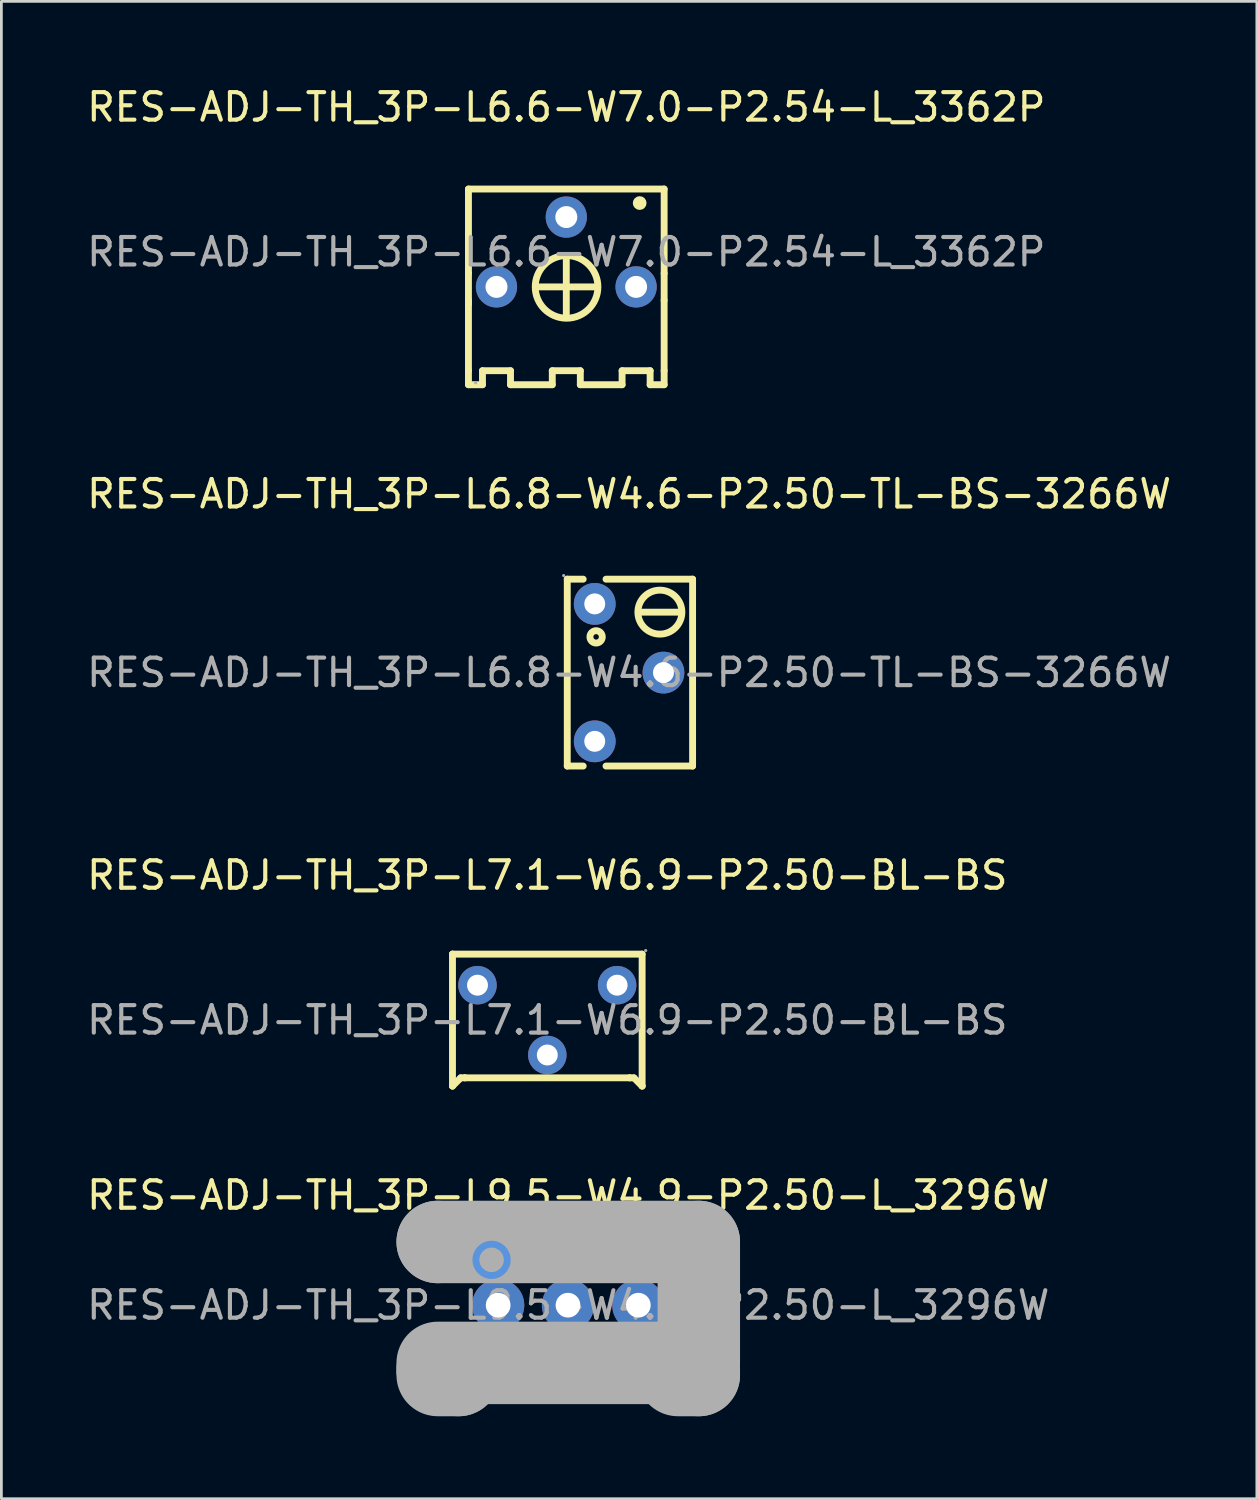
<source format=kicad_pcb>
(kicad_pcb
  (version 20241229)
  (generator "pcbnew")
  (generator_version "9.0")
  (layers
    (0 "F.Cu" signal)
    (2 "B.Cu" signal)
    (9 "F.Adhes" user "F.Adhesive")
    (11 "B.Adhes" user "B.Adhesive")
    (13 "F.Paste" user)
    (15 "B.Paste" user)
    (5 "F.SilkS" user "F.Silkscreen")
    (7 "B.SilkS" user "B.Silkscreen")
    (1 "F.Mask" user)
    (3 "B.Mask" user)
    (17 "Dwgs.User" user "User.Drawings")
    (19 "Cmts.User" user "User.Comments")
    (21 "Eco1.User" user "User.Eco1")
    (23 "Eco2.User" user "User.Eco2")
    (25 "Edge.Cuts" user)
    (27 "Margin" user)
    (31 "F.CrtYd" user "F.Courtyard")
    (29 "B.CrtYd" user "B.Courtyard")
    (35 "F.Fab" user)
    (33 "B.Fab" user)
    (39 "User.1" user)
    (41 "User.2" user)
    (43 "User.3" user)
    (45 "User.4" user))
  (footprint "RES-ADJ-TH_3P-L7.1-W6.9-P2.50-BL-BS"
    (layer "F.Cu")
    (at 16.863 34.065)
    (property "Reference" "RES-ADJ-TH_3P-L7.1-W6.9-P2.50-BL-BS" (at 0 -5.27 0) (layer "F.SilkS") (effects (font (size 1 1) (thickness 0.15))))
    (attr through_hole)
    (fp_line (start -3.45 -2.4) (end -3.45 -2.4) (stroke (width 0.25) (type solid)) (layer "F.SilkS"))
    (fp_line (start -3.45 -2.4) (end 3.45 -2.4) (stroke (width 0.25) (type solid)) (layer "F.SilkS"))
    (fp_line (start -3.45 2.4) (end -3.45 -2.4) (stroke (width 0.25) (type solid)) (layer "F.SilkS"))
    (fp_line (start -3.45 2.4) (end -3.45 2.4) (stroke (width 0.25) (type solid)) (layer "F.SilkS"))
    (fp_line (start -3.15 2.1) (end -3.45 2.4) (stroke (width 0.25) (type solid)) (layer "F.SilkS"))
    (fp_line (start -3 2.1) (end -3.15 2.1) (stroke (width 0.25) (type solid)) (layer "F.SilkS"))
    (fp_line (start -3 2.1) (end -3 2.1) (stroke (width 0.25) (type solid)) (layer "F.SilkS"))
    (fp_line (start 3 2.1) (end -3 2.1) (stroke (width 0.25) (type solid)) (layer "F.SilkS"))
    (fp_line (start 3 2.1) (end 3 2.1) (stroke (width 0.25) (type solid)) (layer "F.SilkS"))
    (fp_line (start 3.15 2.1) (end 3 2.1) (stroke (width 0.25) (type solid)) (layer "F.SilkS"))
    (fp_line (start 3.45 -2.4) (end 3.45 2.4) (stroke (width 0.25) (type solid)) (layer "F.SilkS"))
    (fp_line (start 3.45 2.4) (end 3.15 2.1) (stroke (width 0.25) (type solid)) (layer "F.SilkS"))
    (fp_line (start 3.45 2.4) (end 3.45 2.4) (stroke (width 0.25) (type solid)) (layer "F.SilkS"))
    (fp_circle (center -2.54 -1.27) (end -2.4 -1.27) (stroke (width 0.28) (type solid)) (fill no) (layer "F.Fab"))
    (fp_circle (center 0 1.27) (end 0.14 1.27) (stroke (width 0.28) (type solid)) (fill no) (layer "F.Fab"))
    (fp_circle (center 2.54 -1.27) (end 2.68 -1.27) (stroke (width 0.28) (type solid)) (fill no) (layer "F.Fab"))
    (fp_circle (center 3.58 -2.53) (end 3.61 -2.53) (stroke (width 0.06) (type solid)) (fill no) (layer "F.Fab"))
    (fp_text user "${REFERENCE}" (at 0 0 0) (layer "F.Fab") (effects (font (size 1 1) (thickness 0.15))))
    (pad "1" thru_hole circle (at 2.54 -1.27 180) (size 1.4 1.4) (drill 0.762) (layers "*.Cu" "*.Paste" "*.Mask"))
    (pad "2" thru_hole circle (at 0 1.27 180) (size 1.4 1.4) (drill 0.762) (layers "*.Cu" "*.Paste" "*.Mask"))
    (pad "3" thru_hole circle (at -2.54 -1.27 180) (size 1.4 1.4) (drill 0.762) (layers "*.Cu" "*.Paste" "*.Mask")))
  (footprint "RES-ADJ-TH_3P-L9.5-W4.9-P2.50-L_3296W"
    (layer "F.Cu")
    (at 17.625 44.438)
    (property "Reference" "RES-ADJ-TH_3P-L9.5-W4.9-P2.50-L_3296W" (at 0 -4 0) (layer "F.SilkS") (effects (font (size 1 1) (thickness 0.15))))
    (attr through_hole)
    (fp_line (start -2.8 -2.03) (end -2.8 -1.65) (stroke (width 0.25) (type solid)) (layer "F.SilkS"))
    (fp_line (start -2.8 -1.65) (end -2.8 -2.03) (stroke (width 0.25) (type solid)) (layer "F.SilkS"))
    (fp_line (start -2.8 -1.27) (end -2.8 -1.65) (stroke (width 0.25) (type solid)) (layer "F.SilkS"))
    (fp_arc (start -2.79 -2.19) (mid -2.805005 -1.109931) (end -2.799991 -2.190093) (stroke (width 0.25) (type solid)) (layer "F.SilkS"))
    (fp_circle (center -2.79 -1.65) (end -2.22 -1.65) (stroke (width 0.25) (type solid)) (fill no) (layer "Cmts.User"))
    (fp_line (start -4.75 -2.3) (end -4.75 -2.3) (stroke (width 3) (type solid)) (layer "F.Fab"))
    (fp_line (start -4.75 -2.3) (end 4.75 -2.3) (stroke (width 3) (type solid)) (layer "F.Fab"))
    (fp_line (start -4.75 2.34) (end -4.75 2.34) (stroke (width 3) (type solid)) (layer "F.Fab"))
    (fp_line (start -4.75 2.34) (end -3.99 2.34) (stroke (width 3) (type solid)) (layer "F.Fab"))
    (fp_line (start -3.99 2.34) (end -3.99 2.54) (stroke (width 3) (type solid)) (layer "F.Fab"))
    (fp_line (start -3.99 2.54) (end -4.75 2.54) (stroke (width 3) (type solid)) (layer "F.Fab"))
    (fp_line (start 3.99 2.34) (end 3.99 2.34) (stroke (width 3) (type solid)) (layer "F.Fab"))
    (fp_line (start 3.99 2.34) (end 4.75 2.34) (stroke (width 3) (type solid)) (layer "F.Fab"))
    (fp_line (start 4.75 -2.3) (end 4.75 2.1) (stroke (width 3) (type solid)) (layer "F.Fab"))
    (fp_line (start 4.75 2.1) (end -4.75 2.1) (stroke (width 3) (type solid)) (layer "F.Fab"))
    (fp_line (start 4.75 2.34) (end 4.75 2.54) (stroke (width 3) (type solid)) (layer "F.Fab"))
    (fp_line (start 4.75 2.54) (end 3.99 2.54) (stroke (width 3) (type solid)) (layer "F.Fab"))
    (fp_circle (center -4.75 2.4) (end -4.72 2.4) (stroke (width 0.06) (type solid)) (fill no) (layer "F.Fab"))
    (fp_circle (center -2.55 0) (end -2.43 0) (stroke (width 0.25) (type solid)) (fill no) (layer "F.Fab"))
    (fp_circle (center -0.01 0) (end 0.11 0) (stroke (width 0.25) (type solid)) (fill no) (layer "F.Fab"))
    (fp_circle (center 2.55 0) (end 2.67 0) (stroke (width 0.25) (type solid)) (fill no) (layer "F.Fab"))
    (fp_text user "${REFERENCE}" (at 0 0 0) (layer "F.Fab") (effects (font (size 1 1) (thickness 0.15))))
    (pad "1" thru_hole circle (at -2.55 0) (size 1.9 1.9) (drill 0.9) (layers "*.Cu" "*.Paste" "*.Mask"))
    (pad "2" thru_hole circle (at -0.01 0) (size 1.9 1.9) (drill 0.9) (layers "*.Cu" "*.Paste" "*.Mask"))
    (pad "3" thru_hole circle (at 2.55 0) (size 1.9 1.9) (drill 0.9) (layers "*.Cu" "*.Paste" "*.Mask")))
  (footprint "RES-ADJ-TH_3P-L6.8-W4.6-P2.50-TL-BS-3266W"
    (layer "F.Cu")
    (at 19.839 21.422)
    (property "Reference" "RES-ADJ-TH_3P-L6.8-W4.6-P2.50-TL-BS-3266W" (at 0 -6.5 0) (layer "F.SilkS") (effects (font (size 1 1) (thickness 0.15))))
    (attr through_hole)
    (fp_line (start -2.25 3.4) (end -2.25 -3.4) (stroke (width 0.25) (type solid)) (layer "F.SilkS"))
    (fp_line (start -1.67 -3.4) (end -2.25 -3.4) (stroke (width 0.25) (type solid)) (layer "F.SilkS"))
    (fp_line (start -1.67 3.4) (end -2.25 3.4) (stroke (width 0.25) (type solid)) (layer "F.SilkS"))
    (fp_line (start 1.85 -2.2) (end 0.44 -2.2) (stroke (width 0.25) (type solid)) (layer "F.SilkS"))
    (fp_line (start 2.31 -3.4) (end -0.84 -3.4) (stroke (width 0.25) (type solid)) (layer "F.SilkS"))
    (fp_line (start 2.31 3.4) (end -0.84 3.4) (stroke (width 0.25) (type solid)) (layer "F.SilkS"))
    (fp_line (start 2.31 3.4) (end 2.31 -3.4) (stroke (width 0.25) (type solid)) (layer "F.SilkS"))
    (fp_circle (center -1.2 -1.3) (end -1.1 -1.3) (stroke (width 0.25) (type solid)) (fill no) (layer "F.SilkS"))
    (fp_circle (center 1.12 -2.2) (end 1.92 -2.2) (stroke (width 0.25) (type solid)) (fill no) (layer "F.SilkS"))
    (fp_circle (center -2.38 -3.53) (end -2.35 -3.53) (stroke (width 0.06) (type solid)) (fill no) (layer "F.Fab"))
    (fp_circle (center -1.25 -2.5) (end -1.11 -2.5) (stroke (width 0.28) (type solid)) (fill no) (layer "F.Fab"))
    (fp_circle (center -1.25 2.5) (end -1.11 2.5) (stroke (width 0.28) (type solid)) (fill no) (layer "F.Fab"))
    (fp_circle (center 1.25 0) (end 1.39 0) (stroke (width 0.28) (type solid)) (fill no) (layer "F.Fab"))
    (fp_text user "${REFERENCE}" (at 0 0 0) (layer "F.Fab") (effects (font (size 1 1) (thickness 0.15))))
    (pad "1" thru_hole circle (at -1.25 -2.5 90) (size 1.52 1.52) (drill 0.762) (layers "*.Cu" "*.Paste" "*.Mask"))
    (pad "2" thru_hole circle (at 1.25 0 90) (size 1.52 1.52) (drill 0.762) (layers "*.Cu" "*.Paste" "*.Mask"))
    (pad "3" thru_hole circle (at -1.25 2.5 90) (size 1.52 1.52) (drill 0.762) (layers "*.Cu" "*.Paste" "*.Mask")))
  (footprint "RES-ADJ-TH_3P-L6.6-W7.0-P2.54-L_3362P"
    (layer "F.Cu")
    (at 17.554 6.118)
    (property "Reference" "RES-ADJ-TH_3P-L6.6-W7.0-P2.54-L_3362P" (at 0 -5.27 0) (layer "F.SilkS") (effects (font (size 1 1) (thickness 0.15))))
    (attr through_hole)
    (fp_line (start -3.56 -2.29) (end -3.56 0.78) (stroke (width 0.25) (type solid)) (layer "F.SilkS"))
    (fp_line (start -3.56 -2.29) (end 3.56 -2.29) (stroke (width 0.25) (type solid)) (layer "F.SilkS"))
    (fp_line (start -3.56 0.78) (end -3.56 1.9) (stroke (width 0.25) (type solid)) (layer "F.SilkS"))
    (fp_line (start -3.56 1.76) (end -3.56 4.32) (stroke (width 0.25) (type solid)) (layer "F.SilkS"))
    (fp_line (start -3.56 4.83) (end -3.56 4.32) (stroke (width 0.25) (type solid)) (layer "F.SilkS"))
    (fp_line (start -3.05 4.32) (end -3.05 4.83) (stroke (width 0.25) (type solid)) (layer "F.SilkS"))
    (fp_line (start -3.05 4.83) (end -3.56 4.83) (stroke (width 0.25) (type solid)) (layer "F.SilkS"))
    (fp_line (start -2.03 4.32) (end -3.05 4.32) (stroke (width 0.25) (type solid)) (layer "F.SilkS"))
    (fp_line (start -2.03 4.83) (end -2.03 4.32) (stroke (width 0.25) (type solid)) (layer "F.SilkS"))
    (fp_line (start -0.51 4.32) (end -0.51 4.83) (stroke (width 0.25) (type solid)) (layer "F.SilkS"))
    (fp_line (start -0.51 4.83) (end -2.03 4.83) (stroke (width 0.25) (type solid)) (layer "F.SilkS"))
    (fp_line (start 0 2.29) (end 0 0.25) (stroke (width 0.25) (type solid)) (layer "F.SilkS"))
    (fp_line (start 0.51 4.32) (end -0.51 4.32) (stroke (width 0.25) (type solid)) (layer "F.SilkS"))
    (fp_line (start 0.51 4.83) (end 0.51 4.32) (stroke (width 0.25) (type solid)) (layer "F.SilkS"))
    (fp_line (start 1.02 1.27) (end -1.02 1.27) (stroke (width 0.25) (type solid)) (layer "F.SilkS"))
    (fp_line (start 2.03 4.32) (end 2.03 4.83) (stroke (width 0.25) (type solid)) (layer "F.SilkS"))
    (fp_line (start 2.03 4.83) (end 0.51 4.83) (stroke (width 0.25) (type solid)) (layer "F.SilkS"))
    (fp_line (start 3.05 4.32) (end 2.03 4.32) (stroke (width 0.25) (type solid)) (layer "F.SilkS"))
    (fp_line (start 3.05 4.83) (end 3.05 4.32) (stroke (width 0.25) (type solid)) (layer "F.SilkS"))
    (fp_line (start 3.56 -2.29) (end 3.56 0.78) (stroke (width 0.25) (type solid)) (layer "F.SilkS"))
    (fp_line (start 3.56 0.78) (end 3.56 1.76) (stroke (width 0.25) (type solid)) (layer "F.SilkS"))
    (fp_line (start 3.56 1.76) (end 3.56 4.32) (stroke (width 0.25) (type solid)) (layer "F.SilkS"))
    (fp_line (start 3.56 4.32) (end 3.56 4.83) (stroke (width 0.25) (type solid)) (layer "F.SilkS"))
    (fp_line (start 3.56 4.83) (end 3.05 4.83) (stroke (width 0.25) (type solid)) (layer "F.SilkS"))
    (fp_arc (start 0.02 0.13) (mid 0.010048 2.410044) (end -0.000096 0.130001) (stroke (width 0.25) (type solid)) (layer "F.SilkS"))
    (fp_arc (start 2.67 -1.78) (mid 2.67 -1.78) (end 2.67 -1.78) (stroke (width 0.25) (type solid)) (layer "F.SilkS"))
    (fp_circle (center -3.3 4.76) (end -3.27 4.76) (stroke (width 0.06) (type solid)) (fill no) (layer "F.Fab"))
    (fp_circle (center -2.54 1.27) (end -2.42 1.27) (stroke (width 0.23) (type solid)) (fill no) (layer "F.Fab"))
    (fp_circle (center 0 -1.27) (end 0.12 -1.27) (stroke (width 0.23) (type solid)) (fill no) (layer "F.Fab"))
    (fp_circle (center 2.54 1.27) (end 2.66 1.27) (stroke (width 0.23) (type solid)) (fill no) (layer "F.Fab"))
    (fp_text user "${REFERENCE}" (at 0 0 0) (layer "F.Fab") (effects (font (size 1 1) (thickness 0.15))))
    (pad "1" thru_hole circle (at -2.54 1.27) (size 1.5 1.5) (drill 0.8) (layers "*.Cu" "*.Paste" "*.Mask"))
    (pad "2" thru_hole circle (at 0 -1.27) (size 1.5 1.5) (drill 0.8) (layers "*.Cu" "*.Paste" "*.Mask"))
    (pad "3" thru_hole circle (at 2.54 1.27) (size 1.5 1.5) (drill 0.8) (layers "*.Cu" "*.Paste" "*.Mask")))
  (gr_rect
    (start -3 -3)
    (end 42.679 51.478)
    (stroke (width 0.1) (type default))
    (fill no)
    (layer "Edge.Cuts")))
</source>
